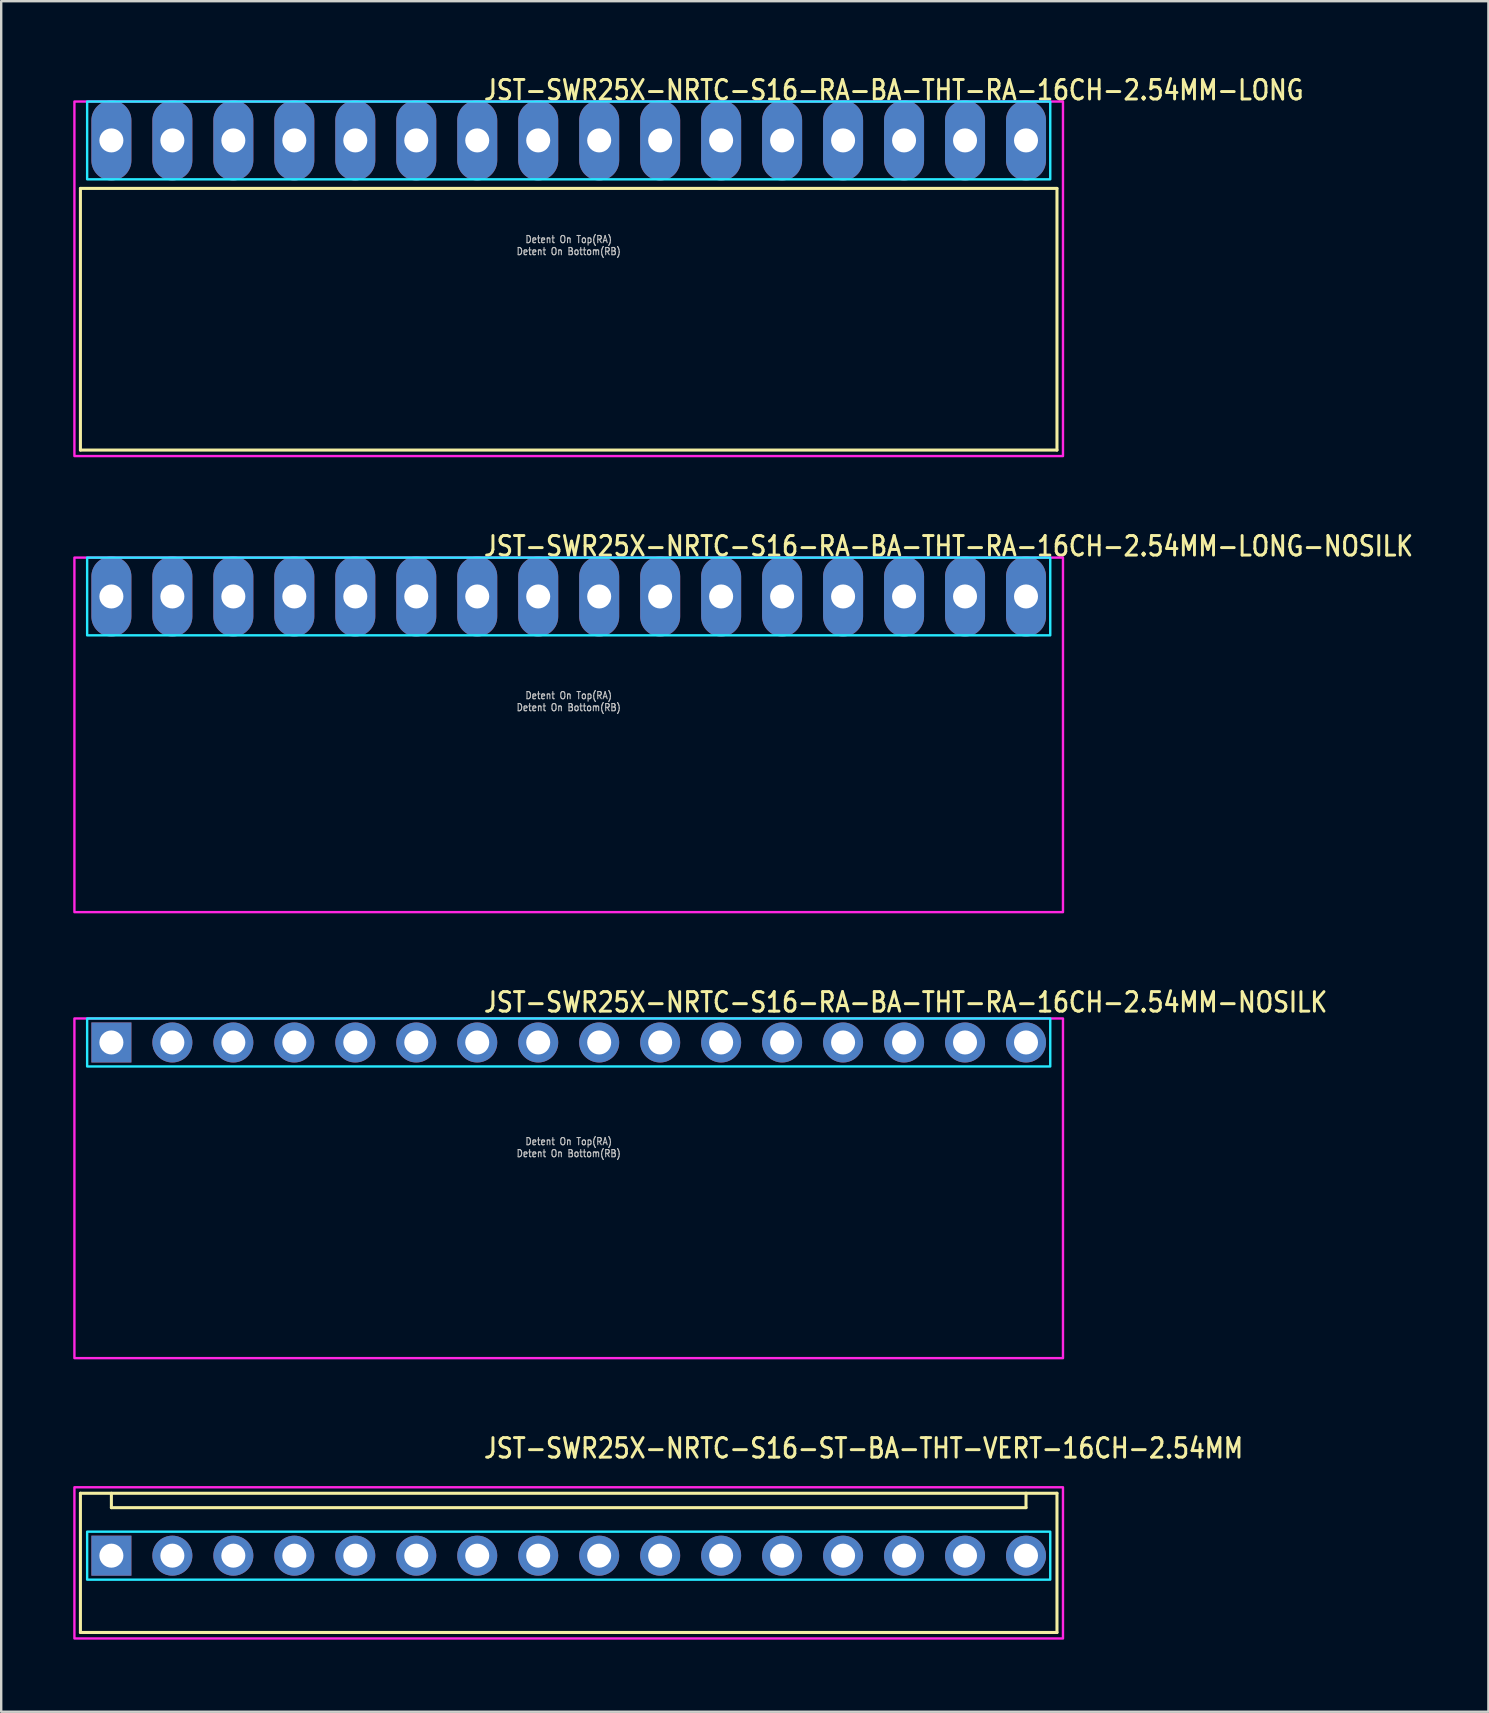
<source format=kicad_pcb>
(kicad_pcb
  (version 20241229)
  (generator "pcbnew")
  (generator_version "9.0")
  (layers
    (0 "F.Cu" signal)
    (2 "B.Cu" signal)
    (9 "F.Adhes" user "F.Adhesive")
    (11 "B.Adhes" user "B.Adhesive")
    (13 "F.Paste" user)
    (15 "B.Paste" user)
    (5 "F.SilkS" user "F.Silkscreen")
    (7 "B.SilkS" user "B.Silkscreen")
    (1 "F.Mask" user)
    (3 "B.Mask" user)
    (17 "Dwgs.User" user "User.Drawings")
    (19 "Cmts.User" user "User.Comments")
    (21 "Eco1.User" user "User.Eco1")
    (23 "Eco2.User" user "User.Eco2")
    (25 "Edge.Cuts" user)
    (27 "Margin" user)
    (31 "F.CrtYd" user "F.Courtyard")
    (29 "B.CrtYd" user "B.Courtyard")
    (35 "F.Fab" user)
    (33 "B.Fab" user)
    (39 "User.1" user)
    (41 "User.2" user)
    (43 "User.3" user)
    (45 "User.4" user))
  (footprint "JST-SWR25X-NRTC-S16-ST-BA-THT-VERT-16CH-2.54MM"
    (layer "F.Cu")
    (at 20.64 61.754)
    (property "Reference" "JST-SWR25X-NRTC-S16-ST-BA-THT-VERT-16CH-2.54MM" (at -3.6 -4 0) (unlocked yes) (layer "F.SilkS") (effects (font (size 0.813 0.695) (thickness 0.122)) (justify left bottom)))
    (fp_line (start -20.34 -2.6) (end 20.34 -2.6) (stroke (width 0.127) (type solid)) (layer "F.SilkS"))
    (fp_line (start -20.34 3.2) (end -20.34 -2.6) (stroke (width 0.127) (type solid)) (layer "F.SilkS"))
    (fp_line (start -20.34 3.2) (end 20.34 3.2) (stroke (width 0.127) (type solid)) (layer "F.SilkS"))
    (fp_line (start -19.05 -2.6) (end -19.05 -2) (stroke (width 0.127) (type solid)) (layer "F.SilkS"))
    (fp_line (start -19.05 -2) (end 19.05 -2) (stroke (width 0.127) (type solid)) (layer "F.SilkS"))
    (fp_line (start 19.05 -2.6) (end 19.05 -2) (stroke (width 0.127) (type solid)) (layer "F.SilkS"))
    (fp_line (start 20.34 -2.6) (end 20.34 3.2) (stroke (width 0.127) (type solid)) (layer "F.SilkS"))
    (fp_poly (pts (xy -20.06 -1) (xy -20.06 1) (xy 20.06 1) (xy 20.06 -1)) (stroke (width 0.1) (type solid)) (fill no) (layer "B.CrtYd"))
    (fp_poly (pts (xy -20.59 -2.85) (xy -20.59 3.45) (xy 20.59 3.45) (xy 20.59 -2.85)) (stroke (width 0.1) (type solid)) (fill no) (layer "F.CrtYd"))
    (pad "P$1" thru_hole rect (at -19.05 0) (size 1.667 1.667) (drill 1) (layers "*.Cu" "*.Mask"))
    (pad "P$2" thru_hole oval (at -16.51 0) (size 1.667 1.667) (drill 1) (layers "*.Cu" "*.Mask"))
    (pad "P$3" thru_hole oval (at -13.97 0) (size 1.667 1.667) (drill 1) (layers "*.Cu" "*.Mask"))
    (pad "P$4" thru_hole oval (at -11.43 0) (size 1.667 1.667) (drill 1) (layers "*.Cu" "*.Mask"))
    (pad "P$5" thru_hole oval (at -8.89 0) (size 1.667 1.667) (drill 1) (layers "*.Cu" "*.Mask"))
    (pad "P$6" thru_hole oval (at -6.35 0) (size 1.667 1.667) (drill 1) (layers "*.Cu" "*.Mask"))
    (pad "P$7" thru_hole oval (at -3.81 0) (size 1.667 1.667) (drill 1) (layers "*.Cu" "*.Mask"))
    (pad "P$8" thru_hole oval (at -1.27 0) (size 1.667 1.667) (drill 1) (layers "*.Cu" "*.Mask"))
    (pad "P$9" thru_hole oval (at 1.27 0) (size 1.667 1.667) (drill 1) (layers "*.Cu" "*.Mask"))
    (pad "P$10" thru_hole oval (at 3.81 0) (size 1.667 1.667) (drill 1) (layers "*.Cu" "*.Mask"))
    (pad "P$11" thru_hole oval (at 6.35 0) (size 1.667 1.667) (drill 1) (layers "*.Cu" "*.Mask"))
    (pad "P$12" thru_hole oval (at 8.89 0) (size 1.667 1.667) (drill 1) (layers "*.Cu" "*.Mask"))
    (pad "P$13" thru_hole oval (at 11.43 0) (size 1.667 1.667) (drill 1) (layers "*.Cu" "*.Mask"))
    (pad "P$14" thru_hole oval (at 13.97 0) (size 1.667 1.667) (drill 1) (layers "*.Cu" "*.Mask"))
    (pad "P$15" thru_hole oval (at 16.51 0) (size 1.667 1.667) (drill 1) (layers "*.Cu" "*.Mask"))
    (pad "P$16" thru_hole oval (at 19.05 0) (size 1.667 1.667) (drill 1) (layers "*.Cu" "*.Mask")))
  (footprint "JST-SWR25X-NRTC-S16-RA-BA-THT-RA-16CH-2.54MM-LONG-NOSILK"
    (layer "F.Cu")
    (at 20.64 21.797)
    (property "Reference" "JST-SWR25X-NRTC-S16-RA-BA-THT-RA-16CH-2.54MM-LONG-NOSILK" (at -3.6 -1.62 0) (unlocked yes) (layer "F.SilkS") (effects (font (size 0.813 0.695) (thickness 0.122)) (justify left bottom)))
    (fp_poly (pts (xy -20.06 -1.62) (xy -20.06 1.62) (xy 20.06 1.62) (xy 20.06 -1.62)) (stroke (width 0.1) (type solid)) (fill no) (layer "B.CrtYd"))
    (fp_poly (pts (xy -20.59 -1.62) (xy -20.59 13.15) (xy 20.59 13.15) (xy 20.59 -1.62)) (stroke (width 0.1) (type solid)) (fill no) (layer "F.CrtYd"))
    (fp_text user "Detent On Top(RA)" (at 0 4.3 0) (unlocked yes) (layer "Dwgs.User") (effects (font (size 0.3 0.257) (thickness 0.045)) (justify bottom)))
    (fp_text user "Detent On Bottom(RB)" (at 0 4.8 0) (unlocked yes) (layer "Dwgs.User") (effects (font (size 0.3 0.257) (thickness 0.045)) (justify bottom)))
    (pad "P$1" thru_hole oval (at -19.05 0 90) (size 3.333 1.667) (drill 1) (layers "*.Cu" "*.Mask"))
    (pad "P$2" thru_hole oval (at -16.51 0 90) (size 3.333 1.667) (drill 1) (layers "*.Cu" "*.Mask"))
    (pad "P$3" thru_hole oval (at -13.97 0 90) (size 3.333 1.667) (drill 1) (layers "*.Cu" "*.Mask"))
    (pad "P$4" thru_hole oval (at -11.43 0 90) (size 3.333 1.667) (drill 1) (layers "*.Cu" "*.Mask"))
    (pad "P$5" thru_hole oval (at -8.89 0 90) (size 3.333 1.667) (drill 1) (layers "*.Cu" "*.Mask"))
    (pad "P$6" thru_hole oval (at -6.35 0 90) (size 3.333 1.667) (drill 1) (layers "*.Cu" "*.Mask"))
    (pad "P$7" thru_hole oval (at -3.81 0 90) (size 3.333 1.667) (drill 1) (layers "*.Cu" "*.Mask"))
    (pad "P$8" thru_hole oval (at -1.27 0 90) (size 3.333 1.667) (drill 1) (layers "*.Cu" "*.Mask"))
    (pad "P$9" thru_hole oval (at 1.27 0 90) (size 3.333 1.667) (drill 1) (layers "*.Cu" "*.Mask"))
    (pad "P$10" thru_hole oval (at 3.81 0 90) (size 3.333 1.667) (drill 1) (layers "*.Cu" "*.Mask"))
    (pad "P$11" thru_hole oval (at 6.35 0 90) (size 3.333 1.667) (drill 1) (layers "*.Cu" "*.Mask"))
    (pad "P$12" thru_hole oval (at 8.89 0 90) (size 3.333 1.667) (drill 1) (layers "*.Cu" "*.Mask"))
    (pad "P$13" thru_hole oval (at 11.43 0 90) (size 3.333 1.667) (drill 1) (layers "*.Cu" "*.Mask"))
    (pad "P$14" thru_hole oval (at 13.97 0 90) (size 3.333 1.667) (drill 1) (layers "*.Cu" "*.Mask"))
    (pad "P$15" thru_hole oval (at 16.51 0 90) (size 3.333 1.667) (drill 1) (layers "*.Cu" "*.Mask"))
    (pad "P$16" thru_hole oval (at 19.05 0 90) (size 3.333 1.667) (drill 1) (layers "*.Cu" "*.Mask")))
  (footprint "JST-SWR25X-NRTC-S16-RA-BA-THT-RA-16CH-2.54MM-LONG"
    (layer "F.Cu")
    (at 20.64 2.799)
    (property "Reference" "JST-SWR25X-NRTC-S16-RA-BA-THT-RA-16CH-2.54MM-LONG" (at -3.6 -1.62 0) (unlocked yes) (layer "F.SilkS") (effects (font (size 0.813 0.695) (thickness 0.122)) (justify left bottom)))
    (fp_line (start -20.34 2) (end 20.34 2) (stroke (width 0.127) (type solid)) (layer "F.SilkS"))
    (fp_line (start -20.34 12.9) (end -20.34 2) (stroke (width 0.127) (type solid)) (layer "F.SilkS"))
    (fp_line (start -20.34 12.9) (end 20.34 12.9) (stroke (width 0.127) (type solid)) (layer "F.SilkS"))
    (fp_line (start 20.34 2) (end 20.34 12.9) (stroke (width 0.127) (type solid)) (layer "F.SilkS"))
    (fp_poly (pts (xy -20.06 -1.62) (xy -20.06 1.62) (xy 20.06 1.62) (xy 20.06 -1.62)) (stroke (width 0.1) (type solid)) (fill no) (layer "B.CrtYd"))
    (fp_poly (pts (xy -20.59 -1.62) (xy -20.59 13.15) (xy 20.59 13.15) (xy 20.59 -1.62)) (stroke (width 0.1) (type solid)) (fill no) (layer "F.CrtYd"))
    (fp_text user "Detent On Top(RA)" (at 0 4.3 0) (unlocked yes) (layer "Dwgs.User") (effects (font (size 0.3 0.257) (thickness 0.045)) (justify bottom)))
    (fp_text user "Detent On Bottom(RB)" (at 0 4.8 0) (unlocked yes) (layer "Dwgs.User") (effects (font (size 0.3 0.257) (thickness 0.045)) (justify bottom)))
    (pad "P$1" thru_hole oval (at -19.05 0 90) (size 3.333 1.667) (drill 1) (layers "*.Cu" "*.Mask"))
    (pad "P$2" thru_hole oval (at -16.51 0 90) (size 3.333 1.667) (drill 1) (layers "*.Cu" "*.Mask"))
    (pad "P$3" thru_hole oval (at -13.97 0 90) (size 3.333 1.667) (drill 1) (layers "*.Cu" "*.Mask"))
    (pad "P$4" thru_hole oval (at -11.43 0 90) (size 3.333 1.667) (drill 1) (layers "*.Cu" "*.Mask"))
    (pad "P$5" thru_hole oval (at -8.89 0 90) (size 3.333 1.667) (drill 1) (layers "*.Cu" "*.Mask"))
    (pad "P$6" thru_hole oval (at -6.35 0 90) (size 3.333 1.667) (drill 1) (layers "*.Cu" "*.Mask"))
    (pad "P$7" thru_hole oval (at -3.81 0 90) (size 3.333 1.667) (drill 1) (layers "*.Cu" "*.Mask"))
    (pad "P$8" thru_hole oval (at -1.27 0 90) (size 3.333 1.667) (drill 1) (layers "*.Cu" "*.Mask"))
    (pad "P$9" thru_hole oval (at 1.27 0 90) (size 3.333 1.667) (drill 1) (layers "*.Cu" "*.Mask"))
    (pad "P$10" thru_hole oval (at 3.81 0 90) (size 3.333 1.667) (drill 1) (layers "*.Cu" "*.Mask"))
    (pad "P$11" thru_hole oval (at 6.35 0 90) (size 3.333 1.667) (drill 1) (layers "*.Cu" "*.Mask"))
    (pad "P$12" thru_hole oval (at 8.89 0 90) (size 3.333 1.667) (drill 1) (layers "*.Cu" "*.Mask"))
    (pad "P$13" thru_hole oval (at 11.43 0 90) (size 3.333 1.667) (drill 1) (layers "*.Cu" "*.Mask"))
    (pad "P$14" thru_hole oval (at 13.97 0 90) (size 3.333 1.667) (drill 1) (layers "*.Cu" "*.Mask"))
    (pad "P$15" thru_hole oval (at 16.51 0 90) (size 3.333 1.667) (drill 1) (layers "*.Cu" "*.Mask"))
    (pad "P$16" thru_hole oval (at 19.05 0 90) (size 3.333 1.667) (drill 1) (layers "*.Cu" "*.Mask")))
  (footprint "JST-SWR25X-NRTC-S16-RA-BA-THT-RA-16CH-2.54MM-NOSILK"
    (layer "F.Cu")
    (at 20.64 40.376)
    (property "Reference" "JST-SWR25X-NRTC-S16-RA-BA-THT-RA-16CH-2.54MM-NOSILK" (at -3.6 -1.2 0) (unlocked yes) (layer "F.SilkS") (effects (font (size 0.813 0.695) (thickness 0.122)) (justify left bottom)))
    (fp_poly (pts (xy -20.06 -1) (xy -20.06 1) (xy 20.06 1) (xy 20.06 -1)) (stroke (width 0.1) (type solid)) (fill no) (layer "B.CrtYd"))
    (fp_poly (pts (xy -20.59 -1) (xy -20.59 13.15) (xy 20.59 13.15) (xy 20.59 -1)) (stroke (width 0.1) (type solid)) (fill no) (layer "F.CrtYd"))
    (fp_text user "Detent On Bottom(RB)" (at 0 4.8 0) (unlocked yes) (layer "Dwgs.User") (effects (font (size 0.3 0.257) (thickness 0.045)) (justify bottom)))
    (fp_text user "Detent On Top(RA)" (at 0 4.3 0) (unlocked yes) (layer "Dwgs.User") (effects (font (size 0.3 0.257) (thickness 0.045)) (justify bottom)))
    (pad "P$1" thru_hole rect (at -19.05 0) (size 1.667 1.667) (drill 1) (layers "*.Cu" "*.Mask"))
    (pad "P$2" thru_hole oval (at -16.51 0) (size 1.667 1.667) (drill 1) (layers "*.Cu" "*.Mask"))
    (pad "P$3" thru_hole oval (at -13.97 0) (size 1.667 1.667) (drill 1) (layers "*.Cu" "*.Mask"))
    (pad "P$4" thru_hole oval (at -11.43 0) (size 1.667 1.667) (drill 1) (layers "*.Cu" "*.Mask"))
    (pad "P$5" thru_hole oval (at -8.89 0) (size 1.667 1.667) (drill 1) (layers "*.Cu" "*.Mask"))
    (pad "P$6" thru_hole oval (at -6.35 0) (size 1.667 1.667) (drill 1) (layers "*.Cu" "*.Mask"))
    (pad "P$7" thru_hole oval (at -3.81 0) (size 1.667 1.667) (drill 1) (layers "*.Cu" "*.Mask"))
    (pad "P$8" thru_hole oval (at -1.27 0) (size 1.667 1.667) (drill 1) (layers "*.Cu" "*.Mask"))
    (pad "P$9" thru_hole oval (at 1.27 0) (size 1.667 1.667) (drill 1) (layers "*.Cu" "*.Mask"))
    (pad "P$10" thru_hole oval (at 3.81 0) (size 1.667 1.667) (drill 1) (layers "*.Cu" "*.Mask"))
    (pad "P$11" thru_hole oval (at 6.35 0) (size 1.667 1.667) (drill 1) (layers "*.Cu" "*.Mask"))
    (pad "P$12" thru_hole oval (at 8.89 0) (size 1.667 1.667) (drill 1) (layers "*.Cu" "*.Mask"))
    (pad "P$13" thru_hole oval (at 11.43 0) (size 1.667 1.667) (drill 1) (layers "*.Cu" "*.Mask"))
    (pad "P$14" thru_hole oval (at 13.97 0) (size 1.667 1.667) (drill 1) (layers "*.Cu" "*.Mask"))
    (pad "P$15" thru_hole oval (at 16.51 0) (size 1.667 1.667) (drill 1) (layers "*.Cu" "*.Mask"))
    (pad "P$16" thru_hole oval (at 19.05 0) (size 1.667 1.667) (drill 1) (layers "*.Cu" "*.Mask")))
  (gr_rect
    (start -3 -3)
    (end 58.952 68.254)
    (stroke (width 0.1) (type default))
    (fill no)
    (layer "Edge.Cuts")))
</source>
